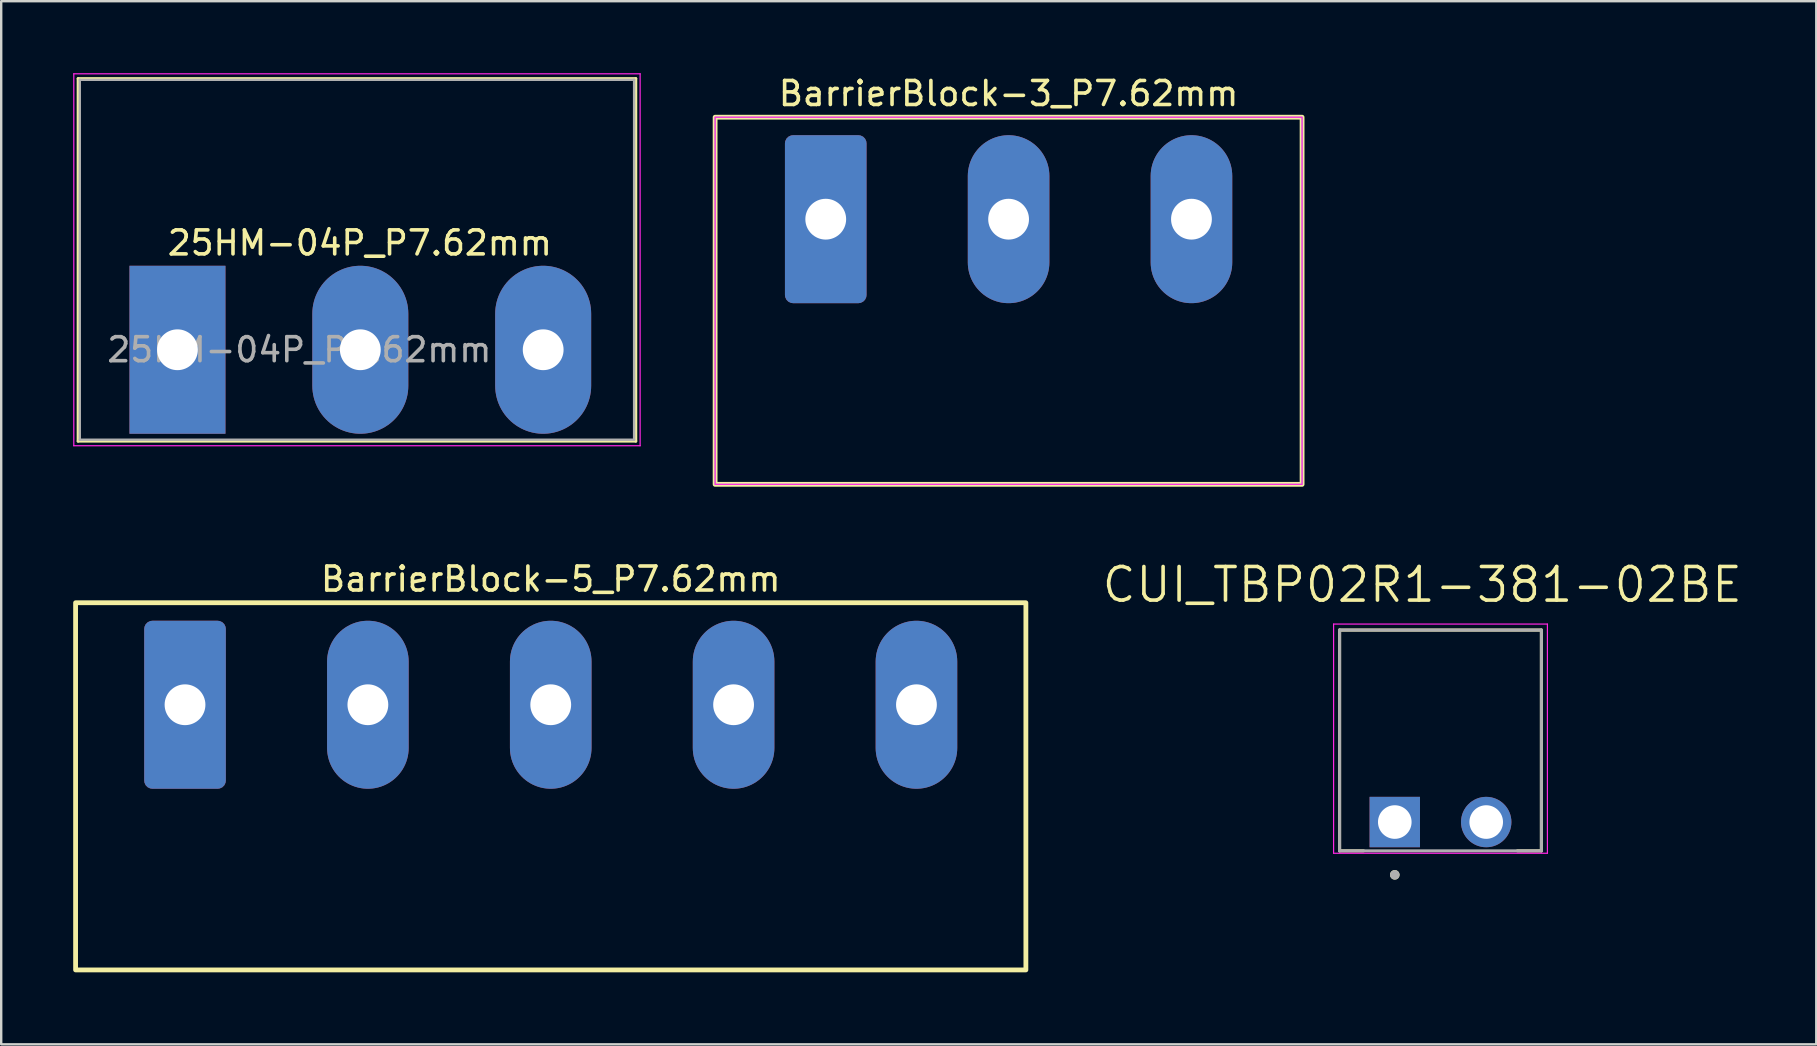
<source format=kicad_pcb>
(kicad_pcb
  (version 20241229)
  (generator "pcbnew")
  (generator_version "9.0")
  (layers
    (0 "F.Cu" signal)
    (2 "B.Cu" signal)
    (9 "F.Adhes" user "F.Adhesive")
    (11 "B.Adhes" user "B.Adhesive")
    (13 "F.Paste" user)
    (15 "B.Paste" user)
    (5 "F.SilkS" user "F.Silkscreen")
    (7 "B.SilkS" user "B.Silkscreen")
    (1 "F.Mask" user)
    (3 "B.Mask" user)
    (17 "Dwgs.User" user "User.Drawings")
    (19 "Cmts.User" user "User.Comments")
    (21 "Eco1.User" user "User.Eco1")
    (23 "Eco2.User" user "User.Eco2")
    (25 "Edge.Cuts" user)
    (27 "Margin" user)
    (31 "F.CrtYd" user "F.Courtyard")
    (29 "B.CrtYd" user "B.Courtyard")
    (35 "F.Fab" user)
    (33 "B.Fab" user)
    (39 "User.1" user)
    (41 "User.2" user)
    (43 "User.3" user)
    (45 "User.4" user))
  (footprint "BarrierBlock-3_P7.62mm"
    (layer "F.Cu")
    (at 38.98 9.484)
    (property "Reference" "BarrierBlock-3_P7.62mm" (at 0 -8.636 0) (layer "F.SilkS") (effects (font (size 1 1) (thickness 0.15))))
    (attr through_hole)
    (fp_rect (start 12.23 7.65) (end -12.23 -7.65) (stroke (width 0.2) (type solid)) (fill no) (layer "F.SilkS"))
    (fp_rect (start 12.23 7.65) (end -12.23 -7.65) (stroke (width 0.05) (type solid)) (fill no) (layer "F.CrtYd"))
    (fp_rect (start 12.23 7.65) (end -12.23 -7.65) (stroke (width 0.05) (type solid)) (fill no) (layer "F.Fab"))
    (pad "1" thru_hole roundrect (at -7.62 -3.4) (size 3.4 7) (drill 1.7) (layers "*.Cu" "*.Mask") (roundrect_rratio 0.1))
    (pad "2" thru_hole oval (at 0 -3.4) (size 3.4 7) (drill 1.7) (layers "*.Cu" "*.Mask"))
    (pad "3" thru_hole oval (at 7.62 -3.4) (size 3.4 7) (drill 1.7) (layers "*.Cu" "*.Mask")))
  (footprint "BarrierBlock-5_P7.62mm"
    (layer "F.Cu")
    (at 19.9 29.718)
    (property "Reference" "BarrierBlock-5_P7.62mm" (at 0 -8.636 0) (layer "F.SilkS") (effects (font (size 1 1) (thickness 0.15))))
    (attr through_hole)
    (fp_rect (start 19.8 7.65) (end -19.8 -7.65) (stroke (width 0.2) (type solid)) (fill no) (layer "F.SilkS"))
    (pad "1" thru_hole roundrect (at -15.24 -3.4) (size 3.4 7) (drill 1.7) (layers "*.Cu" "*.Mask") (roundrect_rratio 0.1))
    (pad "2" thru_hole oval (at -7.62 -3.4) (size 3.4 7) (drill 1.7) (layers "*.Cu" "*.Mask"))
    (pad "3" thru_hole oval (at 0 -3.4) (size 3.4 7) (drill 1.7) (layers "*.Cu" "*.Mask"))
    (pad "4" thru_hole oval (at 7.62 -3.4) (size 3.4 7) (drill 1.7) (layers "*.Cu" "*.Mask"))
    (pad "5" thru_hole oval (at 15.24 -3.4) (size 3.4 7) (drill 1.7) (layers "*.Cu" "*.Mask")))
  (footprint "25HM-04P_P7.62mm"
    (layer "F.Cu")
    (at 4.345 11.525)
    (property "Reference" "25HM-04P_P7.62mm" (at 7.6 -4.45 0) (layer "F.SilkS") (effects (font (size 1 1) (thickness 0.15))))
    (attr through_hole)
    (fp_line (start -4.14 -11.3) (end 19.1 -11.3) (stroke (width 0.12) (type solid)) (layer "F.SilkS"))
    (fp_line (start -4.14 3.81) (end -4.14 -11.3) (stroke (width 0.12) (type solid)) (layer "F.SilkS"))
    (fp_line (start -4.14 3.81) (end 19.1 3.81) (stroke (width 0.12) (type solid)) (layer "F.SilkS"))
    (fp_line (start 19.1 3.81) (end 19.1 -11.3) (stroke (width 0.12) (type solid)) (layer "F.SilkS"))
    (fp_line (start -4.32 -11.5) (end -4.32 4) (stroke (width 0.05) (type solid)) (layer "F.CrtYd"))
    (fp_line (start -4.32 -11.5) (end 19.28 -11.5) (stroke (width 0.05) (type solid)) (layer "F.CrtYd"))
    (fp_line (start 19.28 4) (end -4.32 4) (stroke (width 0.05) (type solid)) (layer "F.CrtYd"))
    (fp_line (start 19.28 4) (end 19.28 -11.5) (stroke (width 0.05) (type solid)) (layer "F.CrtYd"))
    (fp_line (start -4.07 -11.25) (end 19.03 -11.25) (stroke (width 0.1) (type solid)) (layer "F.Fab"))
    (fp_line (start -4.07 3.75) (end -4.07 -11.25) (stroke (width 0.1) (type solid)) (layer "F.Fab"))
    (fp_line (start 19.03 -11.25) (end 19.03 3.75) (stroke (width 0.1) (type solid)) (layer "F.Fab"))
    (fp_line (start 19.03 3.75) (end -4.07 3.75) (stroke (width 0.1) (type solid)) (layer "F.Fab"))
    (fp_text user "${REFERENCE}" (at 5.08 0 0) (layer "F.Fab") (effects (font (size 1 1) (thickness 0.15))))
    (pad "1" thru_hole rect (at 0 0) (size 4 7) (drill 1.7) (layers "*.Cu" "*.Mask"))
    (pad "2" thru_hole oval (at 7.62 0) (size 4 7) (drill 1.7) (layers "*.Cu" "*.Mask"))
    (pad "3" thru_hole oval (at 15.24 0) (size 4 7) (drill 1.7) (layers "*.Cu" "*.Mask")))
  (footprint "CUI_TBP02R1-381-02BE"
    (layer "F.Cu")
    (at 55.073 31.206)
    (property "Reference" "CUI_TBP02R1-381-02BE" (at 1.145 -9.889 0) (layer "F.SilkS") (effects (font (size 1.4 1.4) (thickness 0.15))))
    (attr through_hole)
    (fp_line (start -2.3 -8) (end 6.11 -8) (stroke (width 0.127) (type solid)) (layer "F.SilkS"))
    (fp_line (start -2.3 1.2) (end -2.3 -8) (stroke (width 0.127) (type solid)) (layer "F.SilkS"))
    (fp_line (start -2.3 1.2) (end -1.3 1.2) (stroke (width 0.127) (type solid)) (layer "F.SilkS"))
    (fp_line (start 6.11 -8) (end 6.11 1.2) (stroke (width 0.127) (type solid)) (layer "F.SilkS"))
    (fp_line (start 6.11 1.2) (end 5.11 1.2) (stroke (width 0.127) (type solid)) (layer "F.SilkS"))
    (fp_circle (center 0 2.2) (end 0.1 2.2) (stroke (width 0.2) (type solid)) (fill no) (layer "F.SilkS"))
    (fp_line (start -2.55 -8.25) (end 6.36 -8.25) (stroke (width 0.05) (type solid)) (layer "F.CrtYd"))
    (fp_line (start -2.55 1.3) (end -2.55 -8.25) (stroke (width 0.05) (type solid)) (layer "F.CrtYd"))
    (fp_line (start 6.36 -8.25) (end 6.36 1.3) (stroke (width 0.05) (type solid)) (layer "F.CrtYd"))
    (fp_line (start 6.36 1.3) (end -2.55 1.3) (stroke (width 0.05) (type solid)) (layer "F.CrtYd"))
    (fp_line (start -2.3 -8) (end 6.11 -8) (stroke (width 0.127) (type solid)) (layer "F.Fab"))
    (fp_line (start -2.3 1.2) (end -2.3 -8) (stroke (width 0.127) (type solid)) (layer "F.Fab"))
    (fp_line (start 6.11 -8) (end 6.11 1.2) (stroke (width 0.127) (type solid)) (layer "F.Fab"))
    (fp_line (start 6.11 1.2) (end -2.3 1.2) (stroke (width 0.127) (type solid)) (layer "F.Fab"))
    (fp_circle (center 0 2.2) (end 0.1 2.2) (stroke (width 0.2) (type solid)) (fill no) (layer "F.Fab"))
    (pad "1" thru_hole rect (at 0 0) (size 2.1 2.1) (drill 1.4) (layers "*.Cu" "*.Mask"))
    (pad "2" thru_hole circle (at 3.81 0) (size 2.1 2.1) (drill 1.4) (layers "*.Cu" "*.Mask")))
  (gr_rect
    (start -3 -3)
    (end 72.637 40.468)
    (stroke (width 0.1) (type default))
    (fill no)
    (layer "Edge.Cuts")))
</source>
